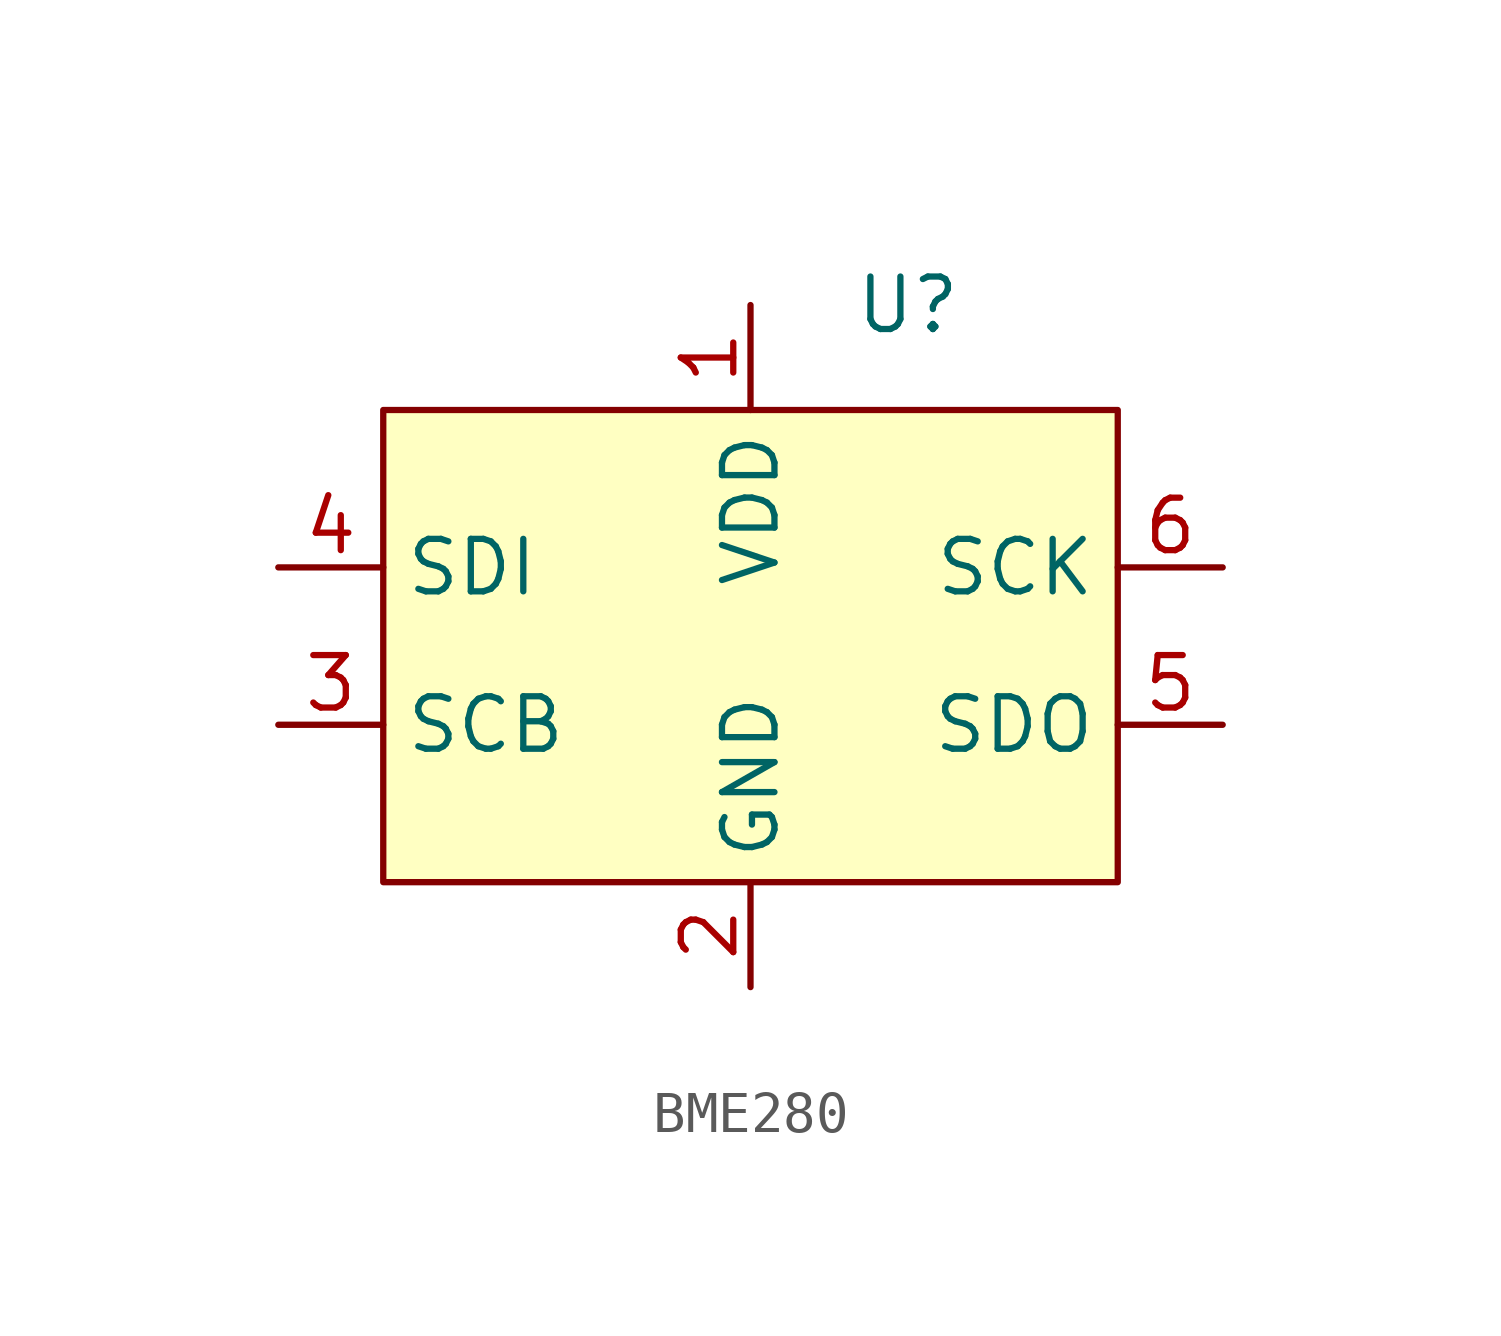
<source format=kicad_sym>
(kicad_symbol_lib
  (version 20220914)
  (generator kicad_symbol_editor)
  (symbol "BME280"
    (property "Reference" "U"
      (at 12.7 2.54 0)
      (effects (font (size 1.27 1.27))))
    (property "Value" ""
      (at 0 3.81 0)
      (effects (font (size 1.27 1.27))))
    (symbol "BME280_1_1"
      (rectangle (start 0 0) (end 17.78 -11.43) (stroke (width 0) (type default)) (fill (type background)))
      (pin power_in line (at 8.89 2.54 270) (length 2.54) (name "VDD" (effects (font (size 1.27 1.27)))) (number "1" (effects (font (size 1.27 1.27)))))
      (pin power_in line (at 8.89 -13.97 90) (length 2.54) (name "GND" (effects (font (size 1.27 1.27)))) (number "2" (effects (font (size 1.27 1.27)))))
      (pin power_in line (at -2.54 -7.62 0) (length 2.54) (name "SCB" (effects (font (size 1.27 1.27)))) (number "3" (effects (font (size 1.27 1.27)))))
      (pin input line (at -2.54 -3.81 0) (length 2.54) (name "SDI" (effects (font (size 1.27 1.27)))) (number "4" (effects (font (size 1.27 1.27)))))
      (pin output line (at 20.32 -7.62 180) (length 2.54) (name "SDO" (effects (font (size 1.27 1.27)))) (number "5" (effects (font (size 1.27 1.27)))))
      (pin input line (at 20.32 -3.81 180) (length 2.54) (name "SCK" (effects (font (size 1.27 1.27)))) (number "6" (effects (font (size 1.27 1.27))))))))
</source>
